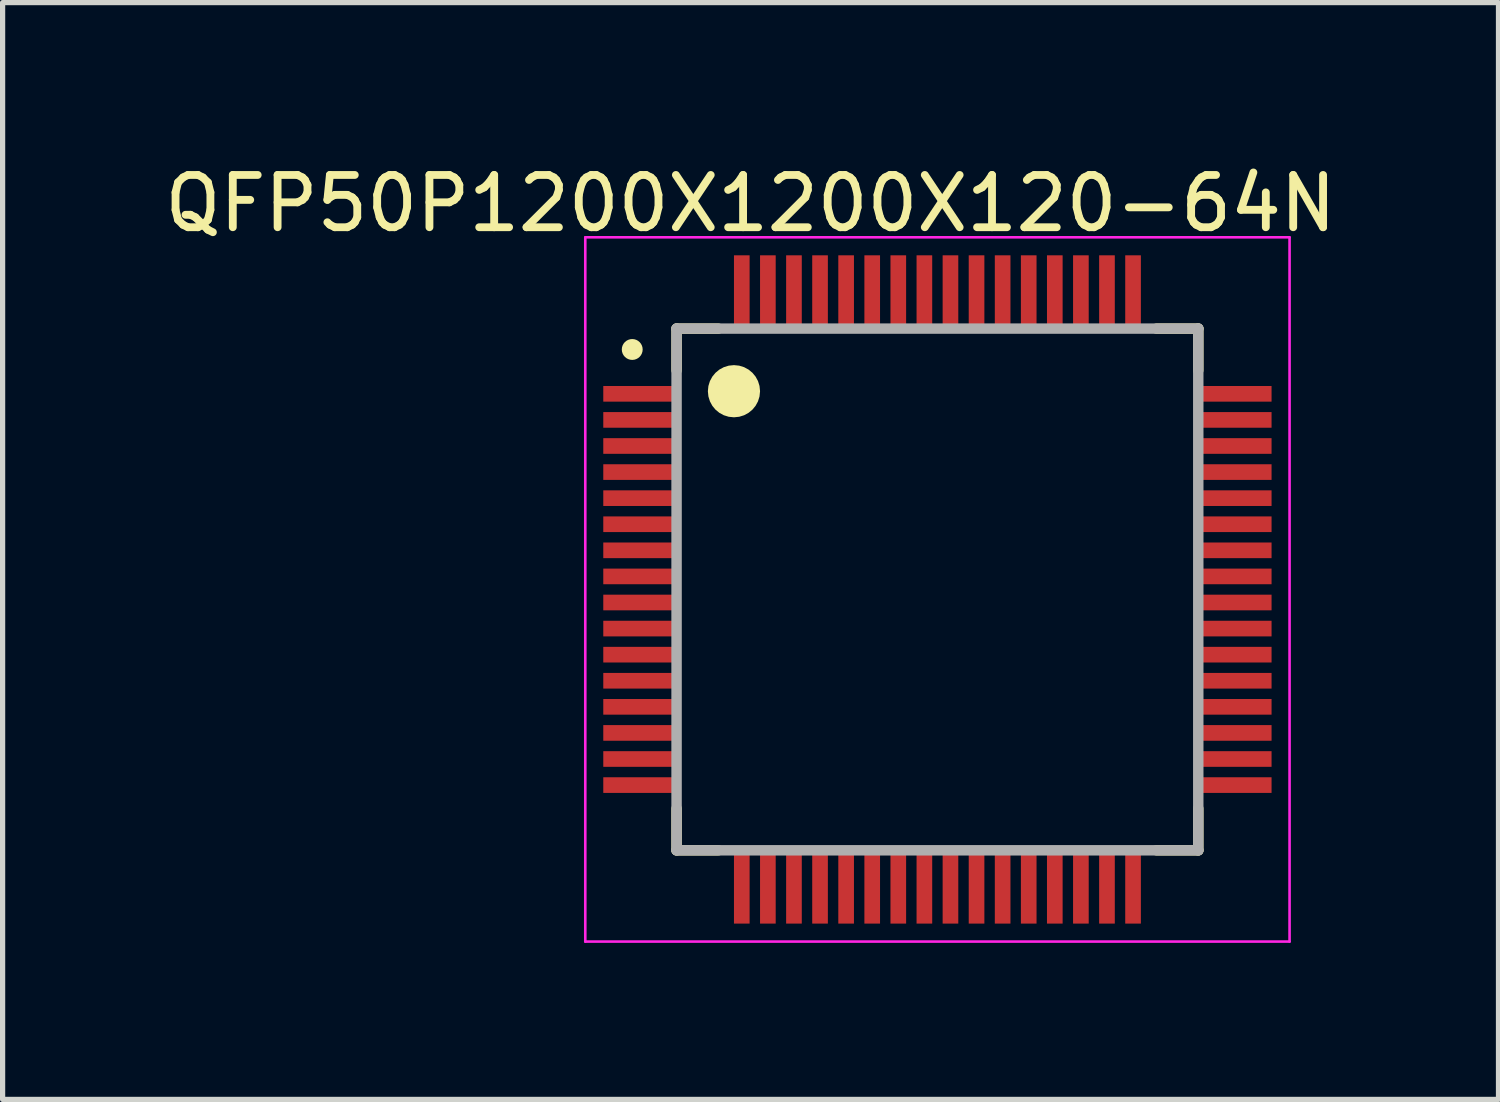
<source format=kicad_pcb>
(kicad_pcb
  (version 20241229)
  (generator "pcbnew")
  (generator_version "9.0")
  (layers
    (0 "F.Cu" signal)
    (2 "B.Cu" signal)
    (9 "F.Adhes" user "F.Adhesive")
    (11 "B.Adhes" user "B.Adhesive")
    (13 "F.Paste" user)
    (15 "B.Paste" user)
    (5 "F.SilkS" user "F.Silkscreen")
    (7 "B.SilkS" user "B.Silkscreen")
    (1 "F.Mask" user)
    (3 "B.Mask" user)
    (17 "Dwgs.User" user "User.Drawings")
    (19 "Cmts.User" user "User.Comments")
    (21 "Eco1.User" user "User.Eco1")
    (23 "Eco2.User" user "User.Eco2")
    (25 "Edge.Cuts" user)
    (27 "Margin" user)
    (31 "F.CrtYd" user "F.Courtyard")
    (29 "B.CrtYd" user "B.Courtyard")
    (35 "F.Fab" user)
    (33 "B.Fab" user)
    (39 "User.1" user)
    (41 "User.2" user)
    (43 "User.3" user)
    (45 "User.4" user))
  (footprint "QFP50P1200X1200X120-64N"
    (layer "F.Cu")
    (at 14.919 8.249)
    (property "Reference" "QFP50P1200X1200X120-64N" (at -3.582 -7.399 0) (layer "F.SilkS") (effects (font (size 1.002 1.002) (thickness 0.15))))
    (attr smd)
    (fp_line (start -5 -5) (end -5 -4.2) (stroke (width 0.2) (type solid)) (layer "F.SilkS"))
    (fp_line (start -5 4.2) (end -5 5) (stroke (width 0.2) (type solid)) (layer "F.SilkS"))
    (fp_line (start -5 5) (end -4.2 5) (stroke (width 0.2) (type solid)) (layer "F.SilkS"))
    (fp_line (start -4.2 -5) (end -5 -5) (stroke (width 0.2) (type solid)) (layer "F.SilkS"))
    (fp_line (start 4.2 5) (end 5 5) (stroke (width 0.2) (type solid)) (layer "F.SilkS"))
    (fp_line (start 5 -5) (end 4.2 -5) (stroke (width 0.2) (type solid)) (layer "F.SilkS"))
    (fp_line (start 5 -4.2) (end 5 -5) (stroke (width 0.2) (type solid)) (layer "F.SilkS"))
    (fp_line (start 5 5) (end 5 4.2) (stroke (width 0.2) (type solid)) (layer "F.SilkS"))
    (fp_circle (center -5.85 -4.6) (end -5.75 -4.6) (stroke (width 0.2) (type solid)) (fill no) (layer "F.SilkS"))
    (fp_circle (center -3.9 -3.8) (end -3.65 -3.8) (stroke (width 0.5) (type solid)) (fill no) (layer "F.SilkS"))
    (fp_line (start -6.75 -6.75) (end 6.75 -6.75) (stroke (width 0.05) (type solid)) (layer "F.CrtYd"))
    (fp_line (start -6.75 6.75) (end -6.75 -6.75) (stroke (width 0.05) (type solid)) (layer "F.CrtYd"))
    (fp_line (start 6.75 -6.75) (end 6.75 6.75) (stroke (width 0.05) (type solid)) (layer "F.CrtYd"))
    (fp_line (start 6.75 6.75) (end -6.75 6.75) (stroke (width 0.05) (type solid)) (layer "F.CrtYd"))
    (fp_line (start -5 -5) (end 5 -5) (stroke (width 0.2) (type solid)) (layer "F.Fab"))
    (fp_line (start -5 5) (end -5 -5) (stroke (width 0.2) (type solid)) (layer "F.Fab"))
    (fp_line (start 5 -5) (end 5 5) (stroke (width 0.2) (type solid)) (layer "F.Fab"))
    (fp_line (start 5 5) (end -5 5) (stroke (width 0.2) (type solid)) (layer "F.Fab"))
    (pad "1" smd rect (at -5.67 -3.75) (size 1.47 0.3) (layers "F.Cu" "F.Mask" "F.Paste"))
    (pad "2" smd rect (at -5.67 -3.25) (size 1.47 0.3) (layers "F.Cu" "F.Mask" "F.Paste"))
    (pad "3" smd rect (at -5.67 -2.75) (size 1.47 0.3) (layers "F.Cu" "F.Mask" "F.Paste"))
    (pad "4" smd rect (at -5.67 -2.25) (size 1.47 0.3) (layers "F.Cu" "F.Mask" "F.Paste"))
    (pad "5" smd rect (at -5.67 -1.75) (size 1.47 0.3) (layers "F.Cu" "F.Mask" "F.Paste"))
    (pad "6" smd rect (at -5.67 -1.25) (size 1.47 0.3) (layers "F.Cu" "F.Mask" "F.Paste"))
    (pad "7" smd rect (at -5.67 -0.75) (size 1.47 0.3) (layers "F.Cu" "F.Mask" "F.Paste"))
    (pad "8" smd rect (at -5.67 -0.25) (size 1.47 0.3) (layers "F.Cu" "F.Mask" "F.Paste"))
    (pad "9" smd rect (at -5.67 0.25) (size 1.47 0.3) (layers "F.Cu" "F.Mask" "F.Paste"))
    (pad "10" smd rect (at -5.67 0.75) (size 1.47 0.3) (layers "F.Cu" "F.Mask" "F.Paste"))
    (pad "11" smd rect (at -5.67 1.25) (size 1.47 0.3) (layers "F.Cu" "F.Mask" "F.Paste"))
    (pad "12" smd rect (at -5.67 1.75) (size 1.47 0.3) (layers "F.Cu" "F.Mask" "F.Paste"))
    (pad "13" smd rect (at -5.67 2.25) (size 1.47 0.3) (layers "F.Cu" "F.Mask" "F.Paste"))
    (pad "14" smd rect (at -5.67 2.75) (size 1.47 0.3) (layers "F.Cu" "F.Mask" "F.Paste"))
    (pad "15" smd rect (at -5.67 3.25) (size 1.47 0.3) (layers "F.Cu" "F.Mask" "F.Paste"))
    (pad "16" smd rect (at -5.67 3.75) (size 1.47 0.3) (layers "F.Cu" "F.Mask" "F.Paste"))
    (pad "17" smd rect (at -3.75 5.67 90) (size 1.47 0.3) (layers "F.Cu" "F.Mask" "F.Paste"))
    (pad "18" smd rect (at -3.25 5.67 90) (size 1.47 0.3) (layers "F.Cu" "F.Mask" "F.Paste"))
    (pad "19" smd rect (at -2.75 5.67 90) (size 1.47 0.3) (layers "F.Cu" "F.Mask" "F.Paste"))
    (pad "20" smd rect (at -2.25 5.67 90) (size 1.47 0.3) (layers "F.Cu" "F.Mask" "F.Paste"))
    (pad "21" smd rect (at -1.75 5.67 90) (size 1.47 0.3) (layers "F.Cu" "F.Mask" "F.Paste"))
    (pad "22" smd rect (at -1.25 5.67 90) (size 1.47 0.3) (layers "F.Cu" "F.Mask" "F.Paste"))
    (pad "23" smd rect (at -0.75 5.67 90) (size 1.47 0.3) (layers "F.Cu" "F.Mask" "F.Paste"))
    (pad "24" smd rect (at -0.25 5.67 90) (size 1.47 0.3) (layers "F.Cu" "F.Mask" "F.Paste"))
    (pad "25" smd rect (at 0.25 5.67 90) (size 1.47 0.3) (layers "F.Cu" "F.Mask" "F.Paste"))
    (pad "26" smd rect (at 0.75 5.67 90) (size 1.47 0.3) (layers "F.Cu" "F.Mask" "F.Paste"))
    (pad "27" smd rect (at 1.25 5.67 90) (size 1.47 0.3) (layers "F.Cu" "F.Mask" "F.Paste"))
    (pad "28" smd rect (at 1.75 5.67 90) (size 1.47 0.3) (layers "F.Cu" "F.Mask" "F.Paste"))
    (pad "29" smd rect (at 2.25 5.67 90) (size 1.47 0.3) (layers "F.Cu" "F.Mask" "F.Paste"))
    (pad "30" smd rect (at 2.75 5.67 90) (size 1.47 0.3) (layers "F.Cu" "F.Mask" "F.Paste"))
    (pad "31" smd rect (at 3.25 5.67 90) (size 1.47 0.3) (layers "F.Cu" "F.Mask" "F.Paste"))
    (pad "32" smd rect (at 3.75 5.67 90) (size 1.47 0.3) (layers "F.Cu" "F.Mask" "F.Paste"))
    (pad "33" smd rect (at 5.67 3.75 180) (size 1.47 0.3) (layers "F.Cu" "F.Mask" "F.Paste"))
    (pad "34" smd rect (at 5.67 3.25 180) (size 1.47 0.3) (layers "F.Cu" "F.Mask" "F.Paste"))
    (pad "35" smd rect (at 5.67 2.75 180) (size 1.47 0.3) (layers "F.Cu" "F.Mask" "F.Paste"))
    (pad "36" smd rect (at 5.67 2.25 180) (size 1.47 0.3) (layers "F.Cu" "F.Mask" "F.Paste"))
    (pad "37" smd rect (at 5.67 1.75 180) (size 1.47 0.3) (layers "F.Cu" "F.Mask" "F.Paste"))
    (pad "38" smd rect (at 5.67 1.25 180) (size 1.47 0.3) (layers "F.Cu" "F.Mask" "F.Paste"))
    (pad "39" smd rect (at 5.67 0.75 180) (size 1.47 0.3) (layers "F.Cu" "F.Mask" "F.Paste"))
    (pad "40" smd rect (at 5.67 0.25 180) (size 1.47 0.3) (layers "F.Cu" "F.Mask" "F.Paste"))
    (pad "41" smd rect (at 5.67 -0.25 180) (size 1.47 0.3) (layers "F.Cu" "F.Mask" "F.Paste"))
    (pad "42" smd rect (at 5.67 -0.75 180) (size 1.47 0.3) (layers "F.Cu" "F.Mask" "F.Paste"))
    (pad "43" smd rect (at 5.67 -1.25 180) (size 1.47 0.3) (layers "F.Cu" "F.Mask" "F.Paste"))
    (pad "44" smd rect (at 5.67 -1.75 180) (size 1.47 0.3) (layers "F.Cu" "F.Mask" "F.Paste"))
    (pad "45" smd rect (at 5.67 -2.25 180) (size 1.47 0.3) (layers "F.Cu" "F.Mask" "F.Paste"))
    (pad "46" smd rect (at 5.67 -2.75 180) (size 1.47 0.3) (layers "F.Cu" "F.Mask" "F.Paste"))
    (pad "47" smd rect (at 5.67 -3.25 180) (size 1.47 0.3) (layers "F.Cu" "F.Mask" "F.Paste"))
    (pad "48" smd rect (at 5.67 -3.75 180) (size 1.47 0.3) (layers "F.Cu" "F.Mask" "F.Paste"))
    (pad "49" smd rect (at 3.75 -5.67 270) (size 1.47 0.3) (layers "F.Cu" "F.Mask" "F.Paste"))
    (pad "50" smd rect (at 3.25 -5.67 270) (size 1.47 0.3) (layers "F.Cu" "F.Mask" "F.Paste"))
    (pad "51" smd rect (at 2.75 -5.67 270) (size 1.47 0.3) (layers "F.Cu" "F.Mask" "F.Paste"))
    (pad "52" smd rect (at 2.25 -5.67 270) (size 1.47 0.3) (layers "F.Cu" "F.Mask" "F.Paste"))
    (pad "53" smd rect (at 1.75 -5.67 270) (size 1.47 0.3) (layers "F.Cu" "F.Mask" "F.Paste"))
    (pad "54" smd rect (at 1.25 -5.67 270) (size 1.47 0.3) (layers "F.Cu" "F.Mask" "F.Paste"))
    (pad "55" smd rect (at 0.75 -5.67 270) (size 1.47 0.3) (layers "F.Cu" "F.Mask" "F.Paste"))
    (pad "56" smd rect (at 0.25 -5.67 270) (size 1.47 0.3) (layers "F.Cu" "F.Mask" "F.Paste"))
    (pad "57" smd rect (at -0.25 -5.67 270) (size 1.47 0.3) (layers "F.Cu" "F.Mask" "F.Paste"))
    (pad "58" smd rect (at -0.75 -5.67 270) (size 1.47 0.3) (layers "F.Cu" "F.Mask" "F.Paste"))
    (pad "59" smd rect (at -1.25 -5.67 270) (size 1.47 0.3) (layers "F.Cu" "F.Mask" "F.Paste"))
    (pad "60" smd rect (at -1.75 -5.67 270) (size 1.47 0.3) (layers "F.Cu" "F.Mask" "F.Paste"))
    (pad "61" smd rect (at -2.25 -5.67 270) (size 1.47 0.3) (layers "F.Cu" "F.Mask" "F.Paste"))
    (pad "62" smd rect (at -2.75 -5.67 270) (size 1.47 0.3) (layers "F.Cu" "F.Mask" "F.Paste"))
    (pad "63" smd rect (at -3.25 -5.67 270) (size 1.47 0.3) (layers "F.Cu" "F.Mask" "F.Paste"))
    (pad "64" smd rect (at -3.75 -5.67 270) (size 1.47 0.3) (layers "F.Cu" "F.Mask" "F.Paste")))
  (gr_rect
    (start -3 -3)
    (end 25.674 18.024)
    (stroke (width 0.1) (type default))
    (fill no)
    (layer "Edge.Cuts")))
</source>
